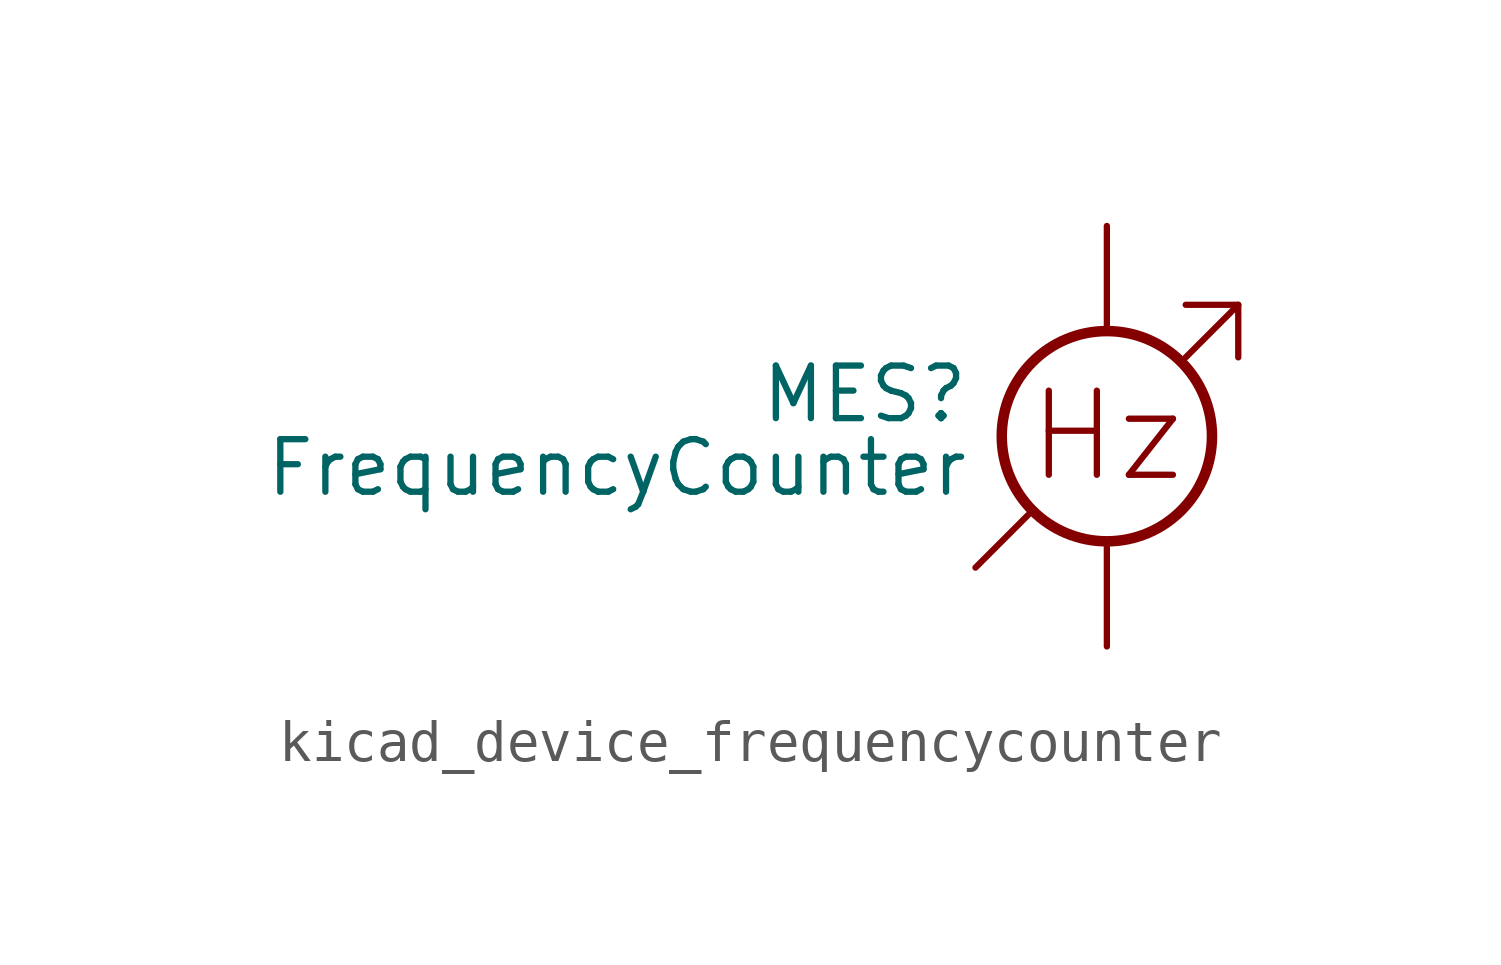
<source format=kicad_sym>
(kicad_symbol_lib
  (version 20220914)
  (generator kicad_symbol_editor)
  (symbol "kicad_device_frequencycounter"
    (pin_numbers hide)
    (pin_names
      (offset 0.025) hide)
    (property "Reference" "MES"
      (at -3.302 1.016 0)
      (effects (font (size 1.27 1.27)) (justify right)))
    (property "Value" "FrequencyCounter"
      (at -3.302 -0.762 0)
      (effects (font (size 1.27 1.27)) (justify right)))
    (symbol "kicad_device_frequencycounter_0_0"
      (polyline (pts (xy -3.175 -3.175) (xy -1.905 -1.905)) (stroke (width 0) (type default)) (fill (type none)))
      (polyline (pts (xy 1.905 1.905) (xy 3.175 3.175)) (stroke (width 0) (type default)) (fill (type none)))
      (polyline (pts (xy 1.905 3.175) (xy 3.175 3.175) (xy 3.175 1.905)) (stroke (width 0) (type default)) (fill (type none)))
      (text "Hz" (at 0 0 0) (effects (font (size 2.032 2.032)))))
    (symbol "kicad_device_frequencycounter_0_1"
      (circle (center 0 0) (radius 2.54) (stroke (width 0.254) (type default)) (fill (type none))))
    (symbol "kicad_device_frequencycounter_1_1"
      (pin passive line (at 0 -5.08 90) (length 2.54) (name "-" (effects (font (size 1.27 1.27)))) (number "1" (effects (font (size 1.27 1.27)))))
      (pin passive line (at 0 5.08 270) (length 2.54) (name "+" (effects (font (size 1.27 1.27)))) (number "2" (effects (font (size 1.27 1.27))))))))
</source>
